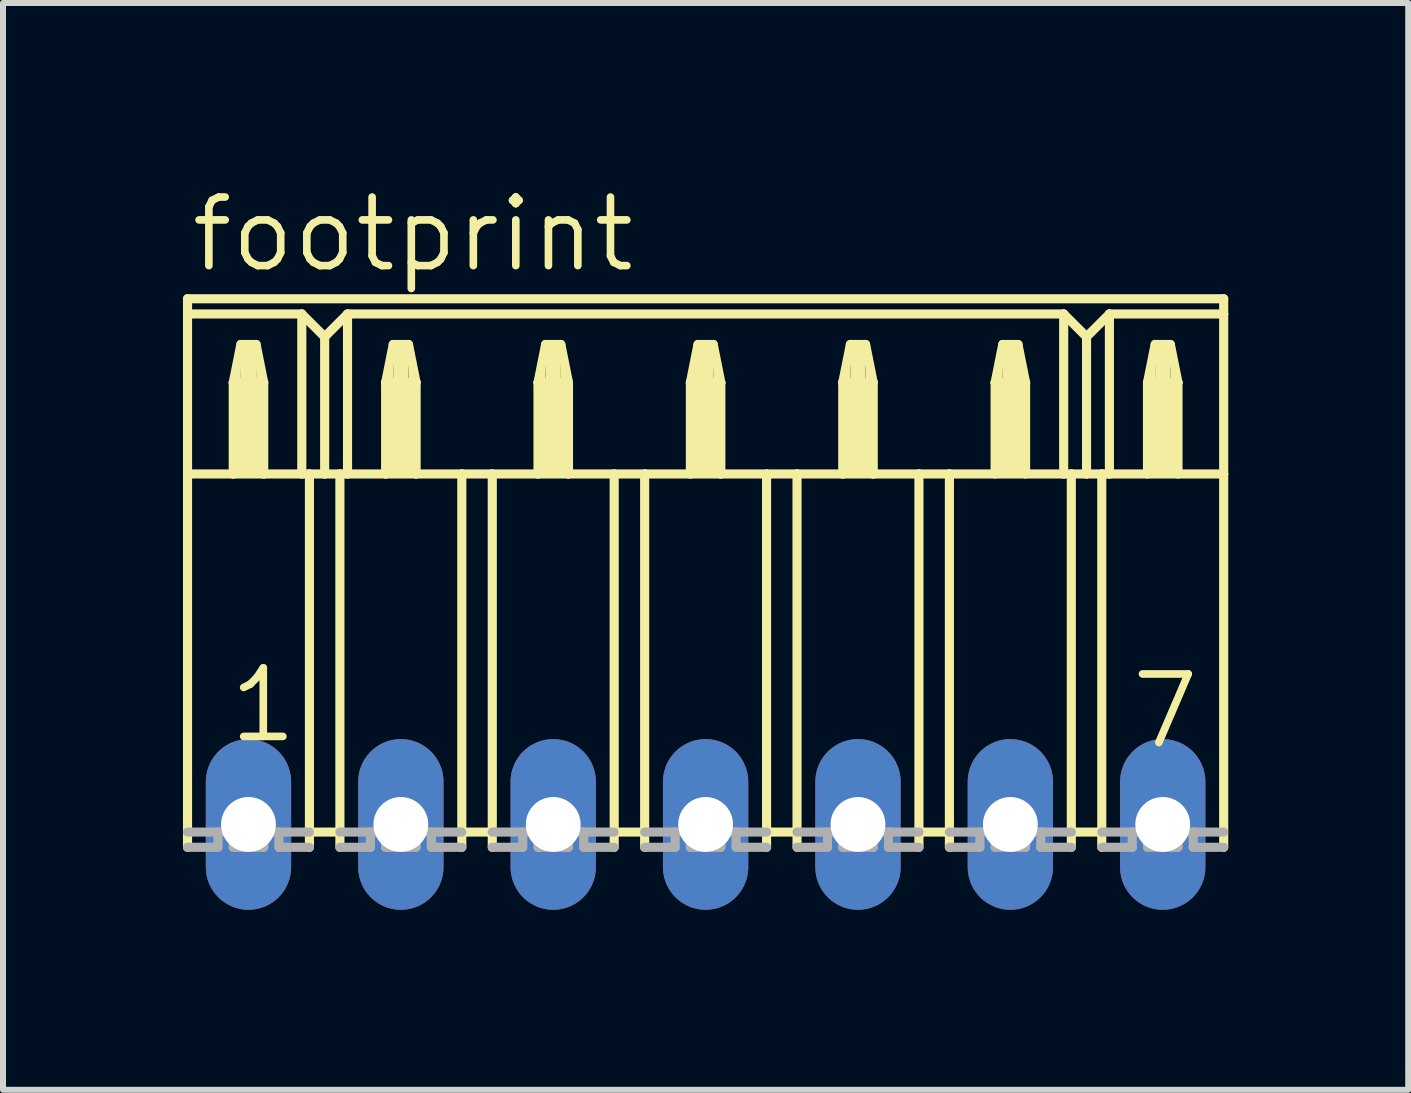
<source format=kicad_pcb>
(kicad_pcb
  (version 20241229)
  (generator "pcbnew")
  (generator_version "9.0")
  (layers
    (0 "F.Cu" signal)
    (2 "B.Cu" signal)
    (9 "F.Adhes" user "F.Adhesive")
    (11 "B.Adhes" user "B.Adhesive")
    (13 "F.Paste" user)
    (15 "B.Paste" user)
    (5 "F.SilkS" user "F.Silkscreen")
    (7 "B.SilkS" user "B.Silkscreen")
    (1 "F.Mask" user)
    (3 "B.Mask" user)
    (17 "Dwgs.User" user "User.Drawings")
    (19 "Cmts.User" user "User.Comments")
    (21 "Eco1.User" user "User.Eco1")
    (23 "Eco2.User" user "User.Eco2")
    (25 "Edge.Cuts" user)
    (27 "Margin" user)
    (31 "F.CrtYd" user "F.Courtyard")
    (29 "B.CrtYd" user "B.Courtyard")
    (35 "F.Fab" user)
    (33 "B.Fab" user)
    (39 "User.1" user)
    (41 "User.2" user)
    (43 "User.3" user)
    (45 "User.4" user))
  (footprint "footprint"
    (layer "F.Cu")
    (at 8.712 10.693)
    (property "Reference" "footprint" (at -8.636 -9.169 0) (layer "F.SilkS") (effects (font (size 1.143 1.143) (thickness 0.127)) (justify left bottom)))
    (fp_line (start -8.636 -8.763) (end -8.636 -8.509) (stroke (width 0.152) (type solid)) (layer "F.SilkS"))
    (fp_line (start -8.636 -8.763) (end 8.636 -8.763) (stroke (width 0.152) (type solid)) (layer "F.SilkS"))
    (fp_line (start -8.636 -8.509) (end -8.636 -5.842) (stroke (width 0.152) (type solid)) (layer "F.SilkS"))
    (fp_line (start -8.636 -8.509) (end -6.731 -8.509) (stroke (width 0.152) (type solid)) (layer "F.SilkS"))
    (fp_line (start -8.636 -5.842) (end -8.636 0.381) (stroke (width 0.152) (type solid)) (layer "F.SilkS"))
    (fp_line (start -8.636 -5.842) (end -7.874 -5.842) (stroke (width 0.152) (type solid)) (layer "F.SilkS"))
    (fp_line (start -7.874 -7.366) (end -7.874 -5.842) (stroke (width 0.152) (type solid)) (layer "F.SilkS"))
    (fp_line (start -7.874 -7.366) (end -7.747 -8.001) (stroke (width 0.152) (type solid)) (layer "F.SilkS"))
    (fp_line (start -7.874 -5.842) (end -7.366 -5.842) (stroke (width 0.152) (type solid)) (layer "F.SilkS"))
    (fp_line (start -7.747 -8.001) (end -7.493 -8.001) (stroke (width 0.152) (type solid)) (layer "F.SilkS"))
    (fp_line (start -7.493 -8.001) (end -7.366 -7.366) (stroke (width 0.152) (type solid)) (layer "F.SilkS"))
    (fp_line (start -7.366 -7.366) (end -7.874 -7.366) (stroke (width 0.152) (type solid)) (layer "F.SilkS"))
    (fp_line (start -7.366 -7.366) (end -7.366 -5.842) (stroke (width 0.152) (type solid)) (layer "F.SilkS"))
    (fp_line (start -7.366 -5.842) (end -6.731 -5.842) (stroke (width 0.152) (type solid)) (layer "F.SilkS"))
    (fp_line (start -6.731 -8.509) (end -6.731 -5.842) (stroke (width 0.152) (type solid)) (layer "F.SilkS"))
    (fp_line (start -6.731 -8.509) (end -6.35 -8.128) (stroke (width 0.152) (type solid)) (layer "F.SilkS"))
    (fp_line (start -6.731 -5.842) (end -6.604 -5.842) (stroke (width 0.152) (type solid)) (layer "F.SilkS"))
    (fp_line (start -6.604 -5.842) (end -6.604 0.127) (stroke (width 0.152) (type solid)) (layer "F.SilkS"))
    (fp_line (start -6.604 -5.842) (end -6.35 -5.842) (stroke (width 0.152) (type solid)) (layer "F.SilkS"))
    (fp_line (start -6.604 0.127) (end -6.604 0.381) (stroke (width 0.152) (type solid)) (layer "F.SilkS"))
    (fp_line (start -6.35 -8.128) (end -6.35 -5.842) (stroke (width 0.152) (type solid)) (layer "F.SilkS"))
    (fp_line (start -6.35 -8.128) (end -5.969 -8.509) (stroke (width 0.152) (type solid)) (layer "F.SilkS"))
    (fp_line (start -6.35 -5.842) (end -6.096 -5.842) (stroke (width 0.152) (type solid)) (layer "F.SilkS"))
    (fp_line (start -6.096 -5.842) (end -6.096 0.127) (stroke (width 0.152) (type solid)) (layer "F.SilkS"))
    (fp_line (start -6.096 -5.842) (end -5.969 -5.842) (stroke (width 0.152) (type solid)) (layer "F.SilkS"))
    (fp_line (start -6.096 0.127) (end -6.604 0.127) (stroke (width 0.152) (type solid)) (layer "F.SilkS"))
    (fp_line (start -6.096 0.127) (end -6.096 0.381) (stroke (width 0.152) (type solid)) (layer "F.SilkS"))
    (fp_line (start -5.969 -8.509) (end -5.969 -5.842) (stroke (width 0.152) (type solid)) (layer "F.SilkS"))
    (fp_line (start -5.969 -8.509) (end 5.969 -8.509) (stroke (width 0.152) (type solid)) (layer "F.SilkS"))
    (fp_line (start -5.969 -5.842) (end -5.334 -5.842) (stroke (width 0.152) (type solid)) (layer "F.SilkS"))
    (fp_line (start -5.334 -7.366) (end -5.334 -5.842) (stroke (width 0.152) (type solid)) (layer "F.SilkS"))
    (fp_line (start -5.334 -7.366) (end -5.207 -8.001) (stroke (width 0.152) (type solid)) (layer "F.SilkS"))
    (fp_line (start -5.334 -5.842) (end -4.826 -5.842) (stroke (width 0.152) (type solid)) (layer "F.SilkS"))
    (fp_line (start -5.207 -8.001) (end -4.953 -8.001) (stroke (width 0.152) (type solid)) (layer "F.SilkS"))
    (fp_line (start -4.953 -8.001) (end -4.826 -7.366) (stroke (width 0.152) (type solid)) (layer "F.SilkS"))
    (fp_line (start -4.826 -7.366) (end -5.334 -7.366) (stroke (width 0.152) (type solid)) (layer "F.SilkS"))
    (fp_line (start -4.826 -7.366) (end -4.826 -5.842) (stroke (width 0.152) (type solid)) (layer "F.SilkS"))
    (fp_line (start -4.826 -5.842) (end -4.064 -5.842) (stroke (width 0.152) (type solid)) (layer "F.SilkS"))
    (fp_line (start -4.064 -5.842) (end -4.064 0.127) (stroke (width 0.152) (type solid)) (layer "F.SilkS"))
    (fp_line (start -4.064 -5.842) (end -3.556 -5.842) (stroke (width 0.152) (type solid)) (layer "F.SilkS"))
    (fp_line (start -4.064 0.127) (end -4.064 0.381) (stroke (width 0.152) (type solid)) (layer "F.SilkS"))
    (fp_line (start -3.556 -5.842) (end -3.556 0.127) (stroke (width 0.152) (type solid)) (layer "F.SilkS"))
    (fp_line (start -3.556 -5.842) (end -2.794 -5.842) (stroke (width 0.152) (type solid)) (layer "F.SilkS"))
    (fp_line (start -3.556 0.127) (end -4.064 0.127) (stroke (width 0.152) (type solid)) (layer "F.SilkS"))
    (fp_line (start -3.556 0.127) (end -3.556 0.381) (stroke (width 0.152) (type solid)) (layer "F.SilkS"))
    (fp_line (start -2.794 -7.366) (end -2.794 -5.842) (stroke (width 0.152) (type solid)) (layer "F.SilkS"))
    (fp_line (start -2.794 -7.366) (end -2.667 -8.001) (stroke (width 0.152) (type solid)) (layer "F.SilkS"))
    (fp_line (start -2.794 -5.842) (end -2.286 -5.842) (stroke (width 0.152) (type solid)) (layer "F.SilkS"))
    (fp_line (start -2.667 -8.001) (end -2.413 -8.001) (stroke (width 0.152) (type solid)) (layer "F.SilkS"))
    (fp_line (start -2.413 -8.001) (end -2.286 -7.366) (stroke (width 0.152) (type solid)) (layer "F.SilkS"))
    (fp_line (start -2.286 -7.366) (end -2.794 -7.366) (stroke (width 0.152) (type solid)) (layer "F.SilkS"))
    (fp_line (start -2.286 -7.366) (end -2.286 -5.842) (stroke (width 0.152) (type solid)) (layer "F.SilkS"))
    (fp_line (start -2.286 -5.842) (end -1.524 -5.842) (stroke (width 0.152) (type solid)) (layer "F.SilkS"))
    (fp_line (start -1.524 -5.842) (end -1.524 0.127) (stroke (width 0.152) (type solid)) (layer "F.SilkS"))
    (fp_line (start -1.524 -5.842) (end -1.016 -5.842) (stroke (width 0.152) (type solid)) (layer "F.SilkS"))
    (fp_line (start -1.524 0.127) (end -1.524 0.381) (stroke (width 0.152) (type solid)) (layer "F.SilkS"))
    (fp_line (start -1.016 -5.842) (end -1.016 0.127) (stroke (width 0.152) (type solid)) (layer "F.SilkS"))
    (fp_line (start -1.016 -5.842) (end -0.254 -5.842) (stroke (width 0.152) (type solid)) (layer "F.SilkS"))
    (fp_line (start -1.016 0.127) (end -1.524 0.127) (stroke (width 0.152) (type solid)) (layer "F.SilkS"))
    (fp_line (start -1.016 0.127) (end -1.016 0.381) (stroke (width 0.152) (type solid)) (layer "F.SilkS"))
    (fp_line (start -0.254 -7.366) (end -0.254 -5.842) (stroke (width 0.152) (type solid)) (layer "F.SilkS"))
    (fp_line (start -0.254 -7.366) (end -0.127 -8.001) (stroke (width 0.152) (type solid)) (layer "F.SilkS"))
    (fp_line (start -0.254 -5.842) (end 0.254 -5.842) (stroke (width 0.152) (type solid)) (layer "F.SilkS"))
    (fp_line (start -0.127 -8.001) (end 0.127 -8.001) (stroke (width 0.152) (type solid)) (layer "F.SilkS"))
    (fp_line (start 0.127 -8.001) (end 0.254 -7.366) (stroke (width 0.152) (type solid)) (layer "F.SilkS"))
    (fp_line (start 0.254 -7.366) (end -0.254 -7.366) (stroke (width 0.152) (type solid)) (layer "F.SilkS"))
    (fp_line (start 0.254 -7.366) (end 0.254 -5.842) (stroke (width 0.152) (type solid)) (layer "F.SilkS"))
    (fp_line (start 0.254 -5.842) (end 1.016 -5.842) (stroke (width 0.152) (type solid)) (layer "F.SilkS"))
    (fp_line (start 1.016 -5.842) (end 1.016 0.127) (stroke (width 0.152) (type solid)) (layer "F.SilkS"))
    (fp_line (start 1.016 -5.842) (end 1.524 -5.842) (stroke (width 0.152) (type solid)) (layer "F.SilkS"))
    (fp_line (start 1.016 0.127) (end 1.016 0.381) (stroke (width 0.152) (type solid)) (layer "F.SilkS"))
    (fp_line (start 1.524 -5.842) (end 1.524 0.127) (stroke (width 0.152) (type solid)) (layer "F.SilkS"))
    (fp_line (start 1.524 -5.842) (end 2.286 -5.842) (stroke (width 0.152) (type solid)) (layer "F.SilkS"))
    (fp_line (start 1.524 0.127) (end 1.016 0.127) (stroke (width 0.152) (type solid)) (layer "F.SilkS"))
    (fp_line (start 1.524 0.127) (end 1.524 0.381) (stroke (width 0.152) (type solid)) (layer "F.SilkS"))
    (fp_line (start 2.286 -7.366) (end 2.286 -5.842) (stroke (width 0.152) (type solid)) (layer "F.SilkS"))
    (fp_line (start 2.286 -7.366) (end 2.413 -8.001) (stroke (width 0.152) (type solid)) (layer "F.SilkS"))
    (fp_line (start 2.286 -5.842) (end 2.794 -5.842) (stroke (width 0.152) (type solid)) (layer "F.SilkS"))
    (fp_line (start 2.413 -8.001) (end 2.667 -8.001) (stroke (width 0.152) (type solid)) (layer "F.SilkS"))
    (fp_line (start 2.667 -8.001) (end 2.794 -7.366) (stroke (width 0.152) (type solid)) (layer "F.SilkS"))
    (fp_line (start 2.794 -7.366) (end 2.286 -7.366) (stroke (width 0.152) (type solid)) (layer "F.SilkS"))
    (fp_line (start 2.794 -7.366) (end 2.794 -5.842) (stroke (width 0.152) (type solid)) (layer "F.SilkS"))
    (fp_line (start 2.794 -5.842) (end 3.556 -5.842) (stroke (width 0.152) (type solid)) (layer "F.SilkS"))
    (fp_line (start 3.556 -5.842) (end 3.556 0.127) (stroke (width 0.152) (type solid)) (layer "F.SilkS"))
    (fp_line (start 3.556 -5.842) (end 4.064 -5.842) (stroke (width 0.152) (type solid)) (layer "F.SilkS"))
    (fp_line (start 3.556 0.127) (end 3.556 0.381) (stroke (width 0.152) (type solid)) (layer "F.SilkS"))
    (fp_line (start 4.064 -5.842) (end 4.064 0.127) (stroke (width 0.152) (type solid)) (layer "F.SilkS"))
    (fp_line (start 4.064 -5.842) (end 5.969 -5.842) (stroke (width 0.152) (type solid)) (layer "F.SilkS"))
    (fp_line (start 4.064 0.127) (end 3.556 0.127) (stroke (width 0.152) (type solid)) (layer "F.SilkS"))
    (fp_line (start 4.064 0.127) (end 4.064 0.381) (stroke (width 0.152) (type solid)) (layer "F.SilkS"))
    (fp_line (start 4.826 -7.366) (end 4.826 -5.842) (stroke (width 0.152) (type solid)) (layer "F.SilkS"))
    (fp_line (start 4.826 -7.366) (end 4.953 -8.001) (stroke (width 0.152) (type solid)) (layer "F.SilkS"))
    (fp_line (start 4.953 -8.001) (end 5.207 -8.001) (stroke (width 0.152) (type solid)) (layer "F.SilkS"))
    (fp_line (start 5.207 -8.001) (end 5.334 -7.366) (stroke (width 0.152) (type solid)) (layer "F.SilkS"))
    (fp_line (start 5.334 -7.366) (end 4.826 -7.366) (stroke (width 0.152) (type solid)) (layer "F.SilkS"))
    (fp_line (start 5.334 -7.366) (end 5.334 -5.842) (stroke (width 0.152) (type solid)) (layer "F.SilkS"))
    (fp_line (start 5.969 -8.509) (end 5.969 -5.842) (stroke (width 0.152) (type solid)) (layer "F.SilkS"))
    (fp_line (start 5.969 -8.509) (end 6.35 -8.128) (stroke (width 0.152) (type solid)) (layer "F.SilkS"))
    (fp_line (start 5.969 -5.842) (end 6.096 -5.842) (stroke (width 0.152) (type solid)) (layer "F.SilkS"))
    (fp_line (start 6.096 -5.842) (end 6.096 0.127) (stroke (width 0.152) (type solid)) (layer "F.SilkS"))
    (fp_line (start 6.096 -5.842) (end 6.35 -5.842) (stroke (width 0.152) (type solid)) (layer "F.SilkS"))
    (fp_line (start 6.096 0.127) (end 6.096 0.381) (stroke (width 0.152) (type solid)) (layer "F.SilkS"))
    (fp_line (start 6.35 -8.128) (end 6.35 -5.842) (stroke (width 0.152) (type solid)) (layer "F.SilkS"))
    (fp_line (start 6.35 -8.128) (end 6.731 -8.509) (stroke (width 0.152) (type solid)) (layer "F.SilkS"))
    (fp_line (start 6.35 -5.842) (end 6.604 -5.842) (stroke (width 0.152) (type solid)) (layer "F.SilkS"))
    (fp_line (start 6.604 -5.842) (end 6.604 0.127) (stroke (width 0.152) (type solid)) (layer "F.SilkS"))
    (fp_line (start 6.604 -5.842) (end 6.731 -5.842) (stroke (width 0.152) (type solid)) (layer "F.SilkS"))
    (fp_line (start 6.604 0.127) (end 6.096 0.127) (stroke (width 0.152) (type solid)) (layer "F.SilkS"))
    (fp_line (start 6.604 0.127) (end 6.604 0.381) (stroke (width 0.152) (type solid)) (layer "F.SilkS"))
    (fp_line (start 6.731 -8.509) (end 6.731 -5.842) (stroke (width 0.152) (type solid)) (layer "F.SilkS"))
    (fp_line (start 6.731 -8.509) (end 8.636 -8.509) (stroke (width 0.152) (type solid)) (layer "F.SilkS"))
    (fp_line (start 6.731 -5.842) (end 8.636 -5.842) (stroke (width 0.152) (type solid)) (layer "F.SilkS"))
    (fp_line (start 7.366 -7.366) (end 7.366 -5.842) (stroke (width 0.152) (type solid)) (layer "F.SilkS"))
    (fp_line (start 7.366 -7.366) (end 7.493 -8.001) (stroke (width 0.152) (type solid)) (layer "F.SilkS"))
    (fp_line (start 7.493 -8.001) (end 7.747 -8.001) (stroke (width 0.152) (type solid)) (layer "F.SilkS"))
    (fp_line (start 7.747 -8.001) (end 7.874 -7.366) (stroke (width 0.152) (type solid)) (layer "F.SilkS"))
    (fp_line (start 7.874 -7.366) (end 7.366 -7.366) (stroke (width 0.152) (type solid)) (layer "F.SilkS"))
    (fp_line (start 7.874 -7.366) (end 7.874 -5.842) (stroke (width 0.152) (type solid)) (layer "F.SilkS"))
    (fp_line (start 8.636 -8.509) (end 8.636 -8.763) (stroke (width 0.152) (type solid)) (layer "F.SilkS"))
    (fp_line (start 8.636 -8.509) (end 8.636 -5.842) (stroke (width 0.152) (type solid)) (layer "F.SilkS"))
    (fp_line (start 8.636 -5.842) (end 8.636 0.381) (stroke (width 0.152) (type solid)) (layer "F.SilkS"))
    (fp_poly (pts (xy -7.874 -7.366) (xy -7.747 -7.366) (xy -7.747 -7.62) (xy -7.874 -7.62)) (stroke (width 0) (type solid)) (fill yes) (layer "F.SilkS"))
    (fp_poly (pts (xy -7.874 -5.842) (xy -7.366 -5.842) (xy -7.366 -7.366) (xy -7.874 -7.366)) (stroke (width 0) (type solid)) (fill yes) (layer "F.SilkS"))
    (fp_poly (pts (xy -7.747 -7.366) (xy -7.493 -7.366) (xy -7.493 -8.001) (xy -7.747 -8.001)) (stroke (width 0) (type solid)) (fill yes) (layer "F.SilkS"))
    (fp_poly (pts (xy -7.493 -7.366) (xy -7.366 -7.366) (xy -7.366 -7.62) (xy -7.493 -7.62)) (stroke (width 0) (type solid)) (fill yes) (layer "F.SilkS"))
    (fp_poly (pts (xy -5.334 -7.366) (xy -5.207 -7.366) (xy -5.207 -7.62) (xy -5.334 -7.62)) (stroke (width 0) (type solid)) (fill yes) (layer "F.SilkS"))
    (fp_poly (pts (xy -5.334 -5.842) (xy -4.826 -5.842) (xy -4.826 -7.366) (xy -5.334 -7.366)) (stroke (width 0) (type solid)) (fill yes) (layer "F.SilkS"))
    (fp_poly (pts (xy -5.207 -7.366) (xy -4.953 -7.366) (xy -4.953 -8.001) (xy -5.207 -8.001)) (stroke (width 0) (type solid)) (fill yes) (layer "F.SilkS"))
    (fp_poly (pts (xy -4.953 -7.366) (xy -4.826 -7.366) (xy -4.826 -7.62) (xy -4.953 -7.62)) (stroke (width 0) (type solid)) (fill yes) (layer "F.SilkS"))
    (fp_poly (pts (xy -2.794 -7.366) (xy -2.667 -7.366) (xy -2.667 -7.62) (xy -2.794 -7.62)) (stroke (width 0) (type solid)) (fill yes) (layer "F.SilkS"))
    (fp_poly (pts (xy -2.794 -5.842) (xy -2.286 -5.842) (xy -2.286 -7.366) (xy -2.794 -7.366)) (stroke (width 0) (type solid)) (fill yes) (layer "F.SilkS"))
    (fp_poly (pts (xy -2.667 -7.366) (xy -2.413 -7.366) (xy -2.413 -8.001) (xy -2.667 -8.001)) (stroke (width 0) (type solid)) (fill yes) (layer "F.SilkS"))
    (fp_poly (pts (xy -2.413 -7.366) (xy -2.286 -7.366) (xy -2.286 -7.62) (xy -2.413 -7.62)) (stroke (width 0) (type solid)) (fill yes) (layer "F.SilkS"))
    (fp_poly (pts (xy -0.254 -7.366) (xy -0.127 -7.366) (xy -0.127 -7.62) (xy -0.254 -7.62)) (stroke (width 0) (type solid)) (fill yes) (layer "F.SilkS"))
    (fp_poly (pts (xy -0.254 -5.842) (xy 0.254 -5.842) (xy 0.254 -7.366) (xy -0.254 -7.366)) (stroke (width 0) (type solid)) (fill yes) (layer "F.SilkS"))
    (fp_poly (pts (xy -0.127 -7.366) (xy 0.127 -7.366) (xy 0.127 -8.001) (xy -0.127 -8.001)) (stroke (width 0) (type solid)) (fill yes) (layer "F.SilkS"))
    (fp_poly (pts (xy 0.127 -7.366) (xy 0.254 -7.366) (xy 0.254 -7.62) (xy 0.127 -7.62)) (stroke (width 0) (type solid)) (fill yes) (layer "F.SilkS"))
    (fp_poly (pts (xy 2.286 -7.366) (xy 2.413 -7.366) (xy 2.413 -7.62) (xy 2.286 -7.62)) (stroke (width 0) (type solid)) (fill yes) (layer "F.SilkS"))
    (fp_poly (pts (xy 2.286 -5.842) (xy 2.794 -5.842) (xy 2.794 -7.366) (xy 2.286 -7.366)) (stroke (width 0) (type solid)) (fill yes) (layer "F.SilkS"))
    (fp_poly (pts (xy 2.413 -7.366) (xy 2.667 -7.366) (xy 2.667 -8.001) (xy 2.413 -8.001)) (stroke (width 0) (type solid)) (fill yes) (layer "F.SilkS"))
    (fp_poly (pts (xy 2.667 -7.366) (xy 2.794 -7.366) (xy 2.794 -7.62) (xy 2.667 -7.62)) (stroke (width 0) (type solid)) (fill yes) (layer "F.SilkS"))
    (fp_poly (pts (xy 4.826 -7.366) (xy 4.953 -7.366) (xy 4.953 -7.62) (xy 4.826 -7.62)) (stroke (width 0) (type solid)) (fill yes) (layer "F.SilkS"))
    (fp_poly (pts (xy 4.826 -5.842) (xy 5.334 -5.842) (xy 5.334 -7.366) (xy 4.826 -7.366)) (stroke (width 0) (type solid)) (fill yes) (layer "F.SilkS"))
    (fp_poly (pts (xy 4.953 -7.366) (xy 5.207 -7.366) (xy 5.207 -8.001) (xy 4.953 -8.001)) (stroke (width 0) (type solid)) (fill yes) (layer "F.SilkS"))
    (fp_poly (pts (xy 5.207 -7.366) (xy 5.334 -7.366) (xy 5.334 -7.62) (xy 5.207 -7.62)) (stroke (width 0) (type solid)) (fill yes) (layer "F.SilkS"))
    (fp_poly (pts (xy 7.366 -7.366) (xy 7.493 -7.366) (xy 7.493 -7.62) (xy 7.366 -7.62)) (stroke (width 0) (type solid)) (fill yes) (layer "F.SilkS"))
    (fp_poly (pts (xy 7.366 -5.842) (xy 7.874 -5.842) (xy 7.874 -7.366) (xy 7.366 -7.366)) (stroke (width 0) (type solid)) (fill yes) (layer "F.SilkS"))
    (fp_poly (pts (xy 7.493 -7.366) (xy 7.747 -7.366) (xy 7.747 -8.001) (xy 7.493 -8.001)) (stroke (width 0) (type solid)) (fill yes) (layer "F.SilkS"))
    (fp_poly (pts (xy 7.747 -7.366) (xy 7.874 -7.366) (xy 7.874 -7.62) (xy 7.747 -7.62)) (stroke (width 0) (type solid)) (fill yes) (layer "F.SilkS"))
    (fp_line (start -8.636 0.127) (end -8.128 0.127) (stroke (width 0.152) (type solid)) (layer "F.Fab"))
    (fp_line (start -8.128 0.381) (end -8.636 0.381) (stroke (width 0.152) (type solid)) (layer "F.Fab"))
    (fp_line (start -8.128 0.381) (end -8.128 0.127) (stroke (width 0.152) (type solid)) (layer "F.Fab"))
    (fp_line (start -7.874 0.127) (end -8.128 0.127) (stroke (width 0.152) (type solid)) (layer "F.Fab"))
    (fp_line (start -7.874 0.381) (end -7.874 0.127) (stroke (width 0.152) (type solid)) (layer "F.Fab"))
    (fp_line (start -7.366 0.381) (end -7.874 0.381) (stroke (width 0.152) (type solid)) (layer "F.Fab"))
    (fp_line (start -7.366 0.381) (end -7.366 0.127) (stroke (width 0.152) (type solid)) (layer "F.Fab"))
    (fp_line (start -7.112 0.127) (end -7.366 0.127) (stroke (width 0.152) (type solid)) (layer "F.Fab"))
    (fp_line (start -7.112 0.381) (end -7.112 0.127) (stroke (width 0.152) (type solid)) (layer "F.Fab"))
    (fp_line (start -6.604 0.127) (end -7.112 0.127) (stroke (width 0.152) (type solid)) (layer "F.Fab"))
    (fp_line (start -6.604 0.381) (end -7.112 0.381) (stroke (width 0.152) (type solid)) (layer "F.Fab"))
    (fp_line (start -6.096 0.127) (end -5.588 0.127) (stroke (width 0.152) (type solid)) (layer "F.Fab"))
    (fp_line (start -5.588 0.381) (end -6.096 0.381) (stroke (width 0.152) (type solid)) (layer "F.Fab"))
    (fp_line (start -5.588 0.381) (end -5.588 0.127) (stroke (width 0.152) (type solid)) (layer "F.Fab"))
    (fp_line (start -5.334 0.127) (end -5.588 0.127) (stroke (width 0.152) (type solid)) (layer "F.Fab"))
    (fp_line (start -5.334 0.381) (end -5.334 0.127) (stroke (width 0.152) (type solid)) (layer "F.Fab"))
    (fp_line (start -4.826 0.381) (end -5.334 0.381) (stroke (width 0.152) (type solid)) (layer "F.Fab"))
    (fp_line (start -4.826 0.381) (end -4.826 0.127) (stroke (width 0.152) (type solid)) (layer "F.Fab"))
    (fp_line (start -4.572 0.127) (end -4.826 0.127) (stroke (width 0.152) (type solid)) (layer "F.Fab"))
    (fp_line (start -4.572 0.381) (end -4.572 0.127) (stroke (width 0.152) (type solid)) (layer "F.Fab"))
    (fp_line (start -4.064 0.127) (end -4.572 0.127) (stroke (width 0.152) (type solid)) (layer "F.Fab"))
    (fp_line (start -4.064 0.381) (end -4.572 0.381) (stroke (width 0.152) (type solid)) (layer "F.Fab"))
    (fp_line (start -3.556 0.127) (end -3.048 0.127) (stroke (width 0.152) (type solid)) (layer "F.Fab"))
    (fp_line (start -3.048 0.381) (end -3.556 0.381) (stroke (width 0.152) (type solid)) (layer "F.Fab"))
    (fp_line (start -3.048 0.381) (end -3.048 0.127) (stroke (width 0.152) (type solid)) (layer "F.Fab"))
    (fp_line (start -2.794 0.127) (end -3.048 0.127) (stroke (width 0.152) (type solid)) (layer "F.Fab"))
    (fp_line (start -2.794 0.381) (end -2.794 0.127) (stroke (width 0.152) (type solid)) (layer "F.Fab"))
    (fp_line (start -2.286 0.381) (end -2.794 0.381) (stroke (width 0.152) (type solid)) (layer "F.Fab"))
    (fp_line (start -2.286 0.381) (end -2.286 0.127) (stroke (width 0.152) (type solid)) (layer "F.Fab"))
    (fp_line (start -2.032 0.127) (end -2.286 0.127) (stroke (width 0.152) (type solid)) (layer "F.Fab"))
    (fp_line (start -2.032 0.381) (end -2.032 0.127) (stroke (width 0.152) (type solid)) (layer "F.Fab"))
    (fp_line (start -1.524 0.127) (end -2.032 0.127) (stroke (width 0.152) (type solid)) (layer "F.Fab"))
    (fp_line (start -1.524 0.381) (end -2.032 0.381) (stroke (width 0.152) (type solid)) (layer "F.Fab"))
    (fp_line (start -1.016 0.127) (end -0.508 0.127) (stroke (width 0.152) (type solid)) (layer "F.Fab"))
    (fp_line (start -0.508 0.381) (end -1.016 0.381) (stroke (width 0.152) (type solid)) (layer "F.Fab"))
    (fp_line (start -0.508 0.381) (end -0.508 0.127) (stroke (width 0.152) (type solid)) (layer "F.Fab"))
    (fp_line (start -0.254 0.127) (end -0.508 0.127) (stroke (width 0.152) (type solid)) (layer "F.Fab"))
    (fp_line (start -0.254 0.381) (end -0.254 0.127) (stroke (width 0.152) (type solid)) (layer "F.Fab"))
    (fp_line (start 0.254 0.381) (end -0.254 0.381) (stroke (width 0.152) (type solid)) (layer "F.Fab"))
    (fp_line (start 0.254 0.381) (end 0.254 0.127) (stroke (width 0.152) (type solid)) (layer "F.Fab"))
    (fp_line (start 0.508 0.127) (end 0.254 0.127) (stroke (width 0.152) (type solid)) (layer "F.Fab"))
    (fp_line (start 0.508 0.381) (end 0.508 0.127) (stroke (width 0.152) (type solid)) (layer "F.Fab"))
    (fp_line (start 1.016 0.127) (end 0.508 0.127) (stroke (width 0.152) (type solid)) (layer "F.Fab"))
    (fp_line (start 1.016 0.381) (end 0.508 0.381) (stroke (width 0.152) (type solid)) (layer "F.Fab"))
    (fp_line (start 1.524 0.127) (end 2.032 0.127) (stroke (width 0.152) (type solid)) (layer "F.Fab"))
    (fp_line (start 2.032 0.381) (end 1.524 0.381) (stroke (width 0.152) (type solid)) (layer "F.Fab"))
    (fp_line (start 2.032 0.381) (end 2.032 0.127) (stroke (width 0.152) (type solid)) (layer "F.Fab"))
    (fp_line (start 2.286 0.127) (end 2.032 0.127) (stroke (width 0.152) (type solid)) (layer "F.Fab"))
    (fp_line (start 2.286 0.381) (end 2.286 0.127) (stroke (width 0.152) (type solid)) (layer "F.Fab"))
    (fp_line (start 2.794 0.381) (end 2.286 0.381) (stroke (width 0.152) (type solid)) (layer "F.Fab"))
    (fp_line (start 2.794 0.381) (end 2.794 0.127) (stroke (width 0.152) (type solid)) (layer "F.Fab"))
    (fp_line (start 3.048 0.127) (end 2.794 0.127) (stroke (width 0.152) (type solid)) (layer "F.Fab"))
    (fp_line (start 3.048 0.381) (end 3.048 0.127) (stroke (width 0.152) (type solid)) (layer "F.Fab"))
    (fp_line (start 3.556 0.127) (end 3.048 0.127) (stroke (width 0.152) (type solid)) (layer "F.Fab"))
    (fp_line (start 3.556 0.381) (end 3.048 0.381) (stroke (width 0.152) (type solid)) (layer "F.Fab"))
    (fp_line (start 4.064 0.127) (end 4.572 0.127) (stroke (width 0.152) (type solid)) (layer "F.Fab"))
    (fp_line (start 4.572 0.381) (end 4.064 0.381) (stroke (width 0.152) (type solid)) (layer "F.Fab"))
    (fp_line (start 4.572 0.381) (end 4.572 0.127) (stroke (width 0.152) (type solid)) (layer "F.Fab"))
    (fp_line (start 4.826 0.127) (end 4.572 0.127) (stroke (width 0.152) (type solid)) (layer "F.Fab"))
    (fp_line (start 4.826 0.381) (end 4.826 0.127) (stroke (width 0.152) (type solid)) (layer "F.Fab"))
    (fp_line (start 5.334 0.381) (end 4.826 0.381) (stroke (width 0.152) (type solid)) (layer "F.Fab"))
    (fp_line (start 5.334 0.381) (end 5.334 0.127) (stroke (width 0.152) (type solid)) (layer "F.Fab"))
    (fp_line (start 5.588 0.127) (end 5.334 0.127) (stroke (width 0.152) (type solid)) (layer "F.Fab"))
    (fp_line (start 5.588 0.381) (end 5.588 0.127) (stroke (width 0.152) (type solid)) (layer "F.Fab"))
    (fp_line (start 6.096 0.127) (end 5.588 0.127) (stroke (width 0.152) (type solid)) (layer "F.Fab"))
    (fp_line (start 6.096 0.381) (end 5.588 0.381) (stroke (width 0.152) (type solid)) (layer "F.Fab"))
    (fp_line (start 6.604 0.127) (end 7.112 0.127) (stroke (width 0.152) (type solid)) (layer "F.Fab"))
    (fp_line (start 7.112 0.381) (end 6.604 0.381) (stroke (width 0.152) (type solid)) (layer "F.Fab"))
    (fp_line (start 7.112 0.381) (end 7.112 0.127) (stroke (width 0.152) (type solid)) (layer "F.Fab"))
    (fp_line (start 7.366 0.127) (end 7.112 0.127) (stroke (width 0.152) (type solid)) (layer "F.Fab"))
    (fp_line (start 7.366 0.381) (end 7.366 0.127) (stroke (width 0.152) (type solid)) (layer "F.Fab"))
    (fp_line (start 7.874 0.381) (end 7.366 0.381) (stroke (width 0.152) (type solid)) (layer "F.Fab"))
    (fp_line (start 7.874 0.381) (end 7.874 0.127) (stroke (width 0.152) (type solid)) (layer "F.Fab"))
    (fp_line (start 8.128 0.127) (end 7.874 0.127) (stroke (width 0.152) (type solid)) (layer "F.Fab"))
    (fp_line (start 8.128 0.381) (end 8.128 0.127) (stroke (width 0.152) (type solid)) (layer "F.Fab"))
    (fp_line (start 8.636 0.127) (end 8.128 0.127) (stroke (width 0.152) (type solid)) (layer "F.Fab"))
    (fp_line (start 8.636 0.381) (end 8.128 0.381) (stroke (width 0.152) (type solid)) (layer "F.Fab"))
    (fp_text user "7" (at 7.036 -1.219 0) (layer "F.SilkS") (effects (font (size 1.143 1.143) (thickness 0.127)) (justify left bottom)))
    (fp_text user "1" (at -8.001 -1.321 0) (layer "F.SilkS") (effects (font (size 1.143 1.143) (thickness 0.127)) (justify left bottom)))
    (pad "1" thru_hole oval (at -7.62 0 90) (size 2.845 1.422) (drill 0.914) (layers "*.Cu" "*.Mask"))
    (pad "2" thru_hole oval (at -5.08 0 90) (size 2.845 1.422) (drill 0.914) (layers "*.Cu" "*.Mask"))
    (pad "3" thru_hole oval (at -2.54 0 90) (size 2.845 1.422) (drill 0.914) (layers "*.Cu" "*.Mask"))
    (pad "4" thru_hole oval (at 0 0 90) (size 2.845 1.422) (drill 0.914) (layers "*.Cu" "*.Mask"))
    (pad "5" thru_hole oval (at 2.54 0 90) (size 2.845 1.422) (drill 0.914) (layers "*.Cu" "*.Mask"))
    (pad "6" thru_hole oval (at 5.08 0 90) (size 2.845 1.422) (drill 0.914) (layers "*.Cu" "*.Mask"))
    (pad "7" thru_hole oval (at 7.62 0 90) (size 2.845 1.422) (drill 0.914) (layers "*.Cu" "*.Mask")))
  (gr_rect
    (start -3 -3)
    (end 20.424 15.116)
    (stroke (width 0.1) (type default))
    (fill no)
    (layer "Edge.Cuts")))
</source>
